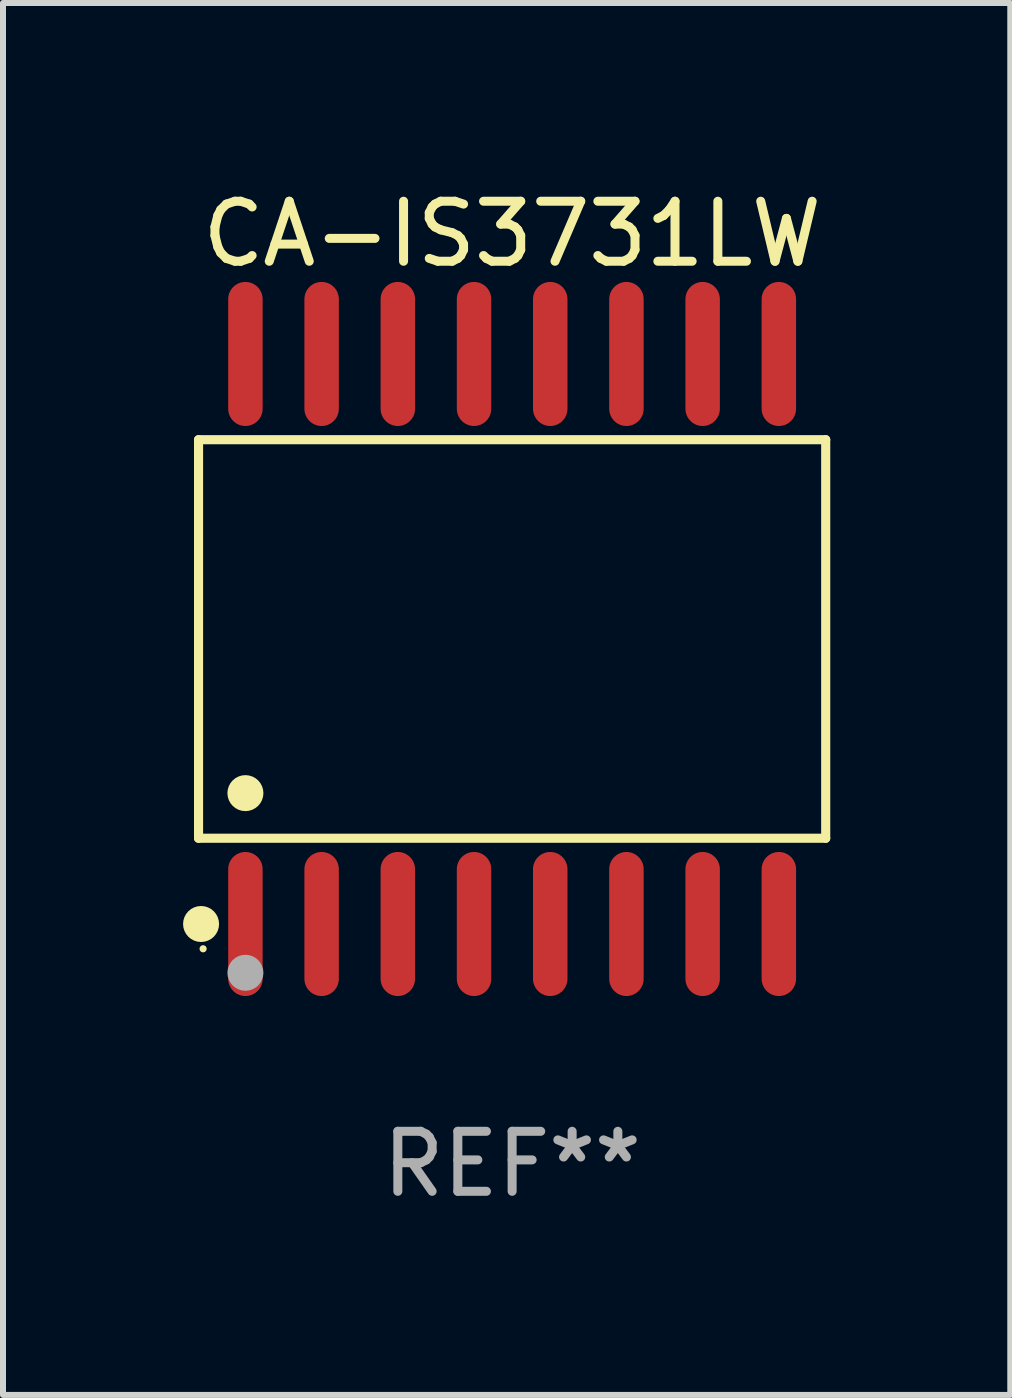
<source format=kicad_pcb>
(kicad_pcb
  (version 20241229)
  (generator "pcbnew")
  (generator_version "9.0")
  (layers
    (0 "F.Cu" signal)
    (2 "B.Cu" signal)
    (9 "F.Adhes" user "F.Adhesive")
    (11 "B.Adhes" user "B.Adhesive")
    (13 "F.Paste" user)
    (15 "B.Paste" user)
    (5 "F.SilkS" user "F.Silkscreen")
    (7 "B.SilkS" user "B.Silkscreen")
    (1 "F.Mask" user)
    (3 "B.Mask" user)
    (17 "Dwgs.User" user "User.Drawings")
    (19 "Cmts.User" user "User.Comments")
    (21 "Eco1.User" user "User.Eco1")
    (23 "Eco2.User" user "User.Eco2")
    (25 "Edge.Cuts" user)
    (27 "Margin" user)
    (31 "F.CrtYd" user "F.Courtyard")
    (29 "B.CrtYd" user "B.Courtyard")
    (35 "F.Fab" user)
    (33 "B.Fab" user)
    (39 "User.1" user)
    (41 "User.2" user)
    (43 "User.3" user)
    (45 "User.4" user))
  (footprint "CA-IS3731LW"
    (layer "F.Cu")
    (at 5.485 7.599)
    (property "Reference" "CA-IS3731LW" (at 0 -6.75 0) (layer "F.SilkS") (effects (font (size 1 1) (thickness 0.15))))
    (attr through_hole)
    (fp_line (start -5.226 -3.321) (end 5.226 -3.321) (stroke (width 0.152) (type solid)) (layer "F.SilkS"))
    (fp_line (start -5.226 3.321) (end -5.226 -3.321) (stroke (width 0.152) (type solid)) (layer "F.SilkS"))
    (fp_line (start 5.226 -3.321) (end 5.226 3.321) (stroke (width 0.152) (type solid)) (layer "F.SilkS"))
    (fp_line (start 5.226 3.321) (end -5.226 3.321) (stroke (width 0.152) (type solid)) (layer "F.SilkS"))
    (fp_circle (center -5.184 4.75) (end -5.034 4.75) (stroke (width 0.3) (type solid)) (fill no) (layer "F.SilkS"))
    (fp_circle (center -5.15 5.163) (end -5.12 5.163) (stroke (width 0.06) (type solid)) (fill no) (layer "F.SilkS"))
    (fp_circle (center -4.445 2.569) (end -4.295 2.569) (stroke (width 0.3) (type solid)) (fill no) (layer "F.SilkS"))
    (fp_circle (center -4.445 5.563) (end -4.295 5.563) (stroke (width 0.3) (type solid)) (fill no) (layer "F.Fab"))
    (fp_text user "REF**" (at 0 8.75 0) (layer "F.Fab") (effects (font (size 1 1) (thickness 0.15))))
    (pad "1" smd oval (at -4.445 4.75) (size 0.574 2.401) (layers "F.Cu" "F.Mask" "F.Paste"))
    (pad "2" smd oval (at -3.175 4.75) (size 0.574 2.401) (layers "F.Cu" "F.Mask" "F.Paste"))
    (pad "3" smd oval (at -1.905 4.75) (size 0.574 2.401) (layers "F.Cu" "F.Mask" "F.Paste"))
    (pad "4" smd oval (at -0.635 4.75) (size 0.574 2.401) (layers "F.Cu" "F.Mask" "F.Paste"))
    (pad "5" smd oval (at 0.635 4.75) (size 0.574 2.401) (layers "F.Cu" "F.Mask" "F.Paste"))
    (pad "6" smd oval (at 1.905 4.75) (size 0.574 2.401) (layers "F.Cu" "F.Mask" "F.Paste"))
    (pad "7" smd oval (at 3.175 4.75) (size 0.574 2.401) (layers "F.Cu" "F.Mask" "F.Paste"))
    (pad "8" smd oval (at 4.445 4.75) (size 0.574 2.401) (layers "F.Cu" "F.Mask" "F.Paste"))
    (pad "9" smd oval (at 4.445 -4.75) (size 0.574 2.401) (layers "F.Cu" "F.Mask" "F.Paste"))
    (pad "10" smd oval (at 3.175 -4.75) (size 0.574 2.401) (layers "F.Cu" "F.Mask" "F.Paste"))
    (pad "11" smd oval (at 1.905 -4.75) (size 0.574 2.401) (layers "F.Cu" "F.Mask" "F.Paste"))
    (pad "12" smd oval (at 0.635 -4.75) (size 0.574 2.401) (layers "F.Cu" "F.Mask" "F.Paste"))
    (pad "13" smd oval (at -0.635 -4.75) (size 0.574 2.401) (layers "F.Cu" "F.Mask" "F.Paste"))
    (pad "14" smd oval (at -1.905 -4.75) (size 0.574 2.401) (layers "F.Cu" "F.Mask" "F.Paste"))
    (pad "15" smd oval (at -3.175 -4.75) (size 0.574 2.401) (layers "F.Cu" "F.Mask" "F.Paste"))
    (pad "16" smd oval (at -4.445 -4.75) (size 0.574 2.401) (layers "F.Cu" "F.Mask" "F.Paste")))
  (gr_rect
    (start -3 -3)
    (end 13.787 20.197)
    (stroke (width 0.1) (type default))
    (fill no)
    (layer "Edge.Cuts")))
</source>
